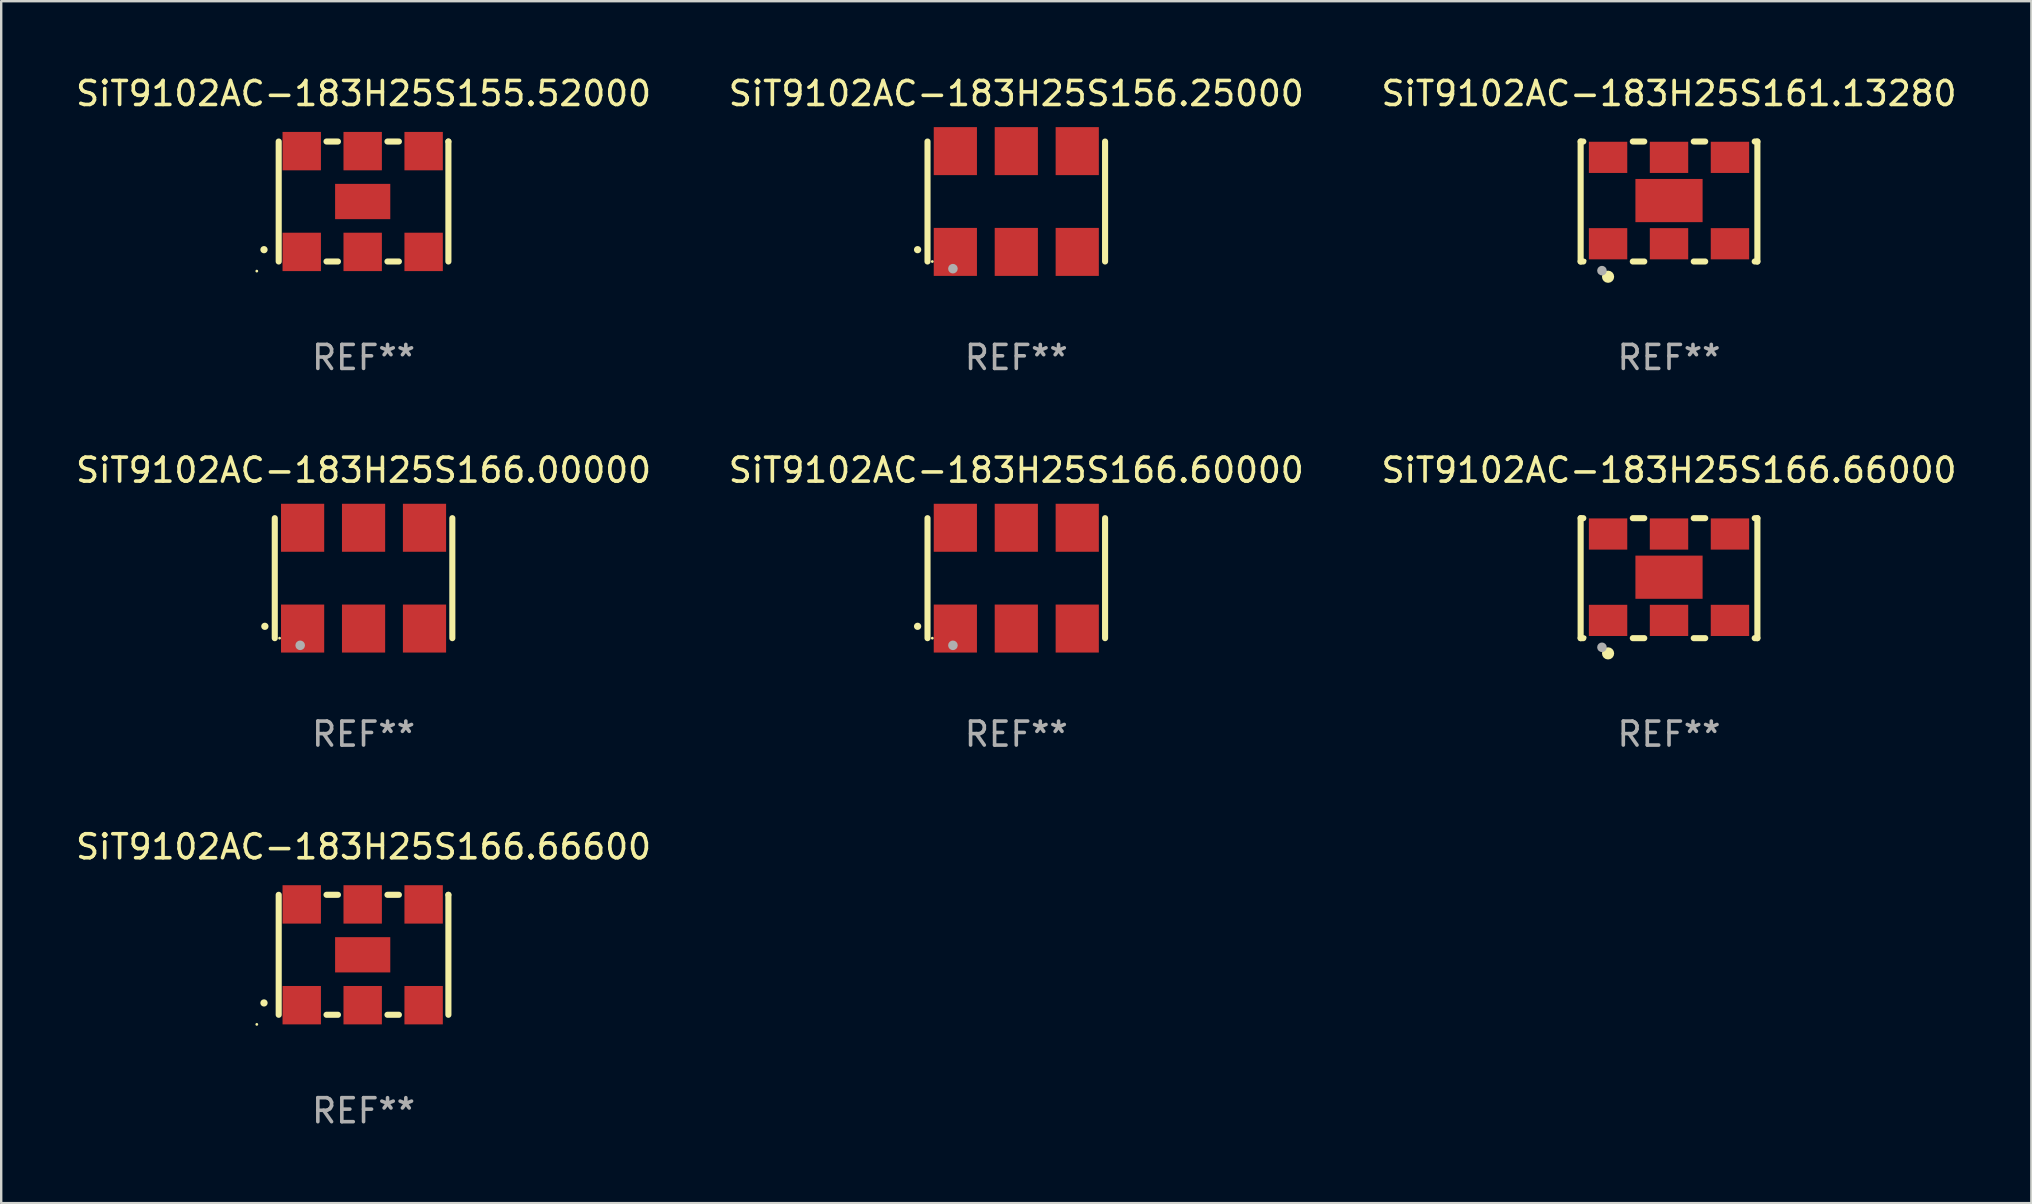
<source format=kicad_pcb>
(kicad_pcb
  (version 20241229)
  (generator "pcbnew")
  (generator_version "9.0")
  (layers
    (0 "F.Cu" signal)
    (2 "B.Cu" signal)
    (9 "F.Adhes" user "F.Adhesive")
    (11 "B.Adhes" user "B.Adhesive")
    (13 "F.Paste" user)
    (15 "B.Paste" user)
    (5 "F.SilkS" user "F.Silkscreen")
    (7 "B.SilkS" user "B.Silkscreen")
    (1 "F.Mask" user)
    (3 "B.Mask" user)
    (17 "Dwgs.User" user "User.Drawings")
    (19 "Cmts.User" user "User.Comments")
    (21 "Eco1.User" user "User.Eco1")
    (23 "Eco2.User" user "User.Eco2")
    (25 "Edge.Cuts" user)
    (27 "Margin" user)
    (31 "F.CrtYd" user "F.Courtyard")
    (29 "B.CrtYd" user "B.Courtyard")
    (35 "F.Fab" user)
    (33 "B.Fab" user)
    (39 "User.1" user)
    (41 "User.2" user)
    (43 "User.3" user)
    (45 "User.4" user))
  (footprint "SiT9102AC-183H25S166.66600"
    (layer "F.Cu")
    (at 12.101 36.741)
    (property "Reference" "SiT9102AC-183H25S166.66600" (at 0 -4.5 0) (layer "F.SilkS") (effects (font (size 1 1) (thickness 0.15))))
    (attr through_hole)
    (fp_line (start -3.536 -2.5) (end -3.536 2.5) (stroke (width 0.254) (type solid)) (layer "F.SilkS"))
    (fp_line (start -1.544 2.5) (end -1.067 2.5) (stroke (width 0.254) (type solid)) (layer "F.SilkS"))
    (fp_line (start -1.067 -2.5) (end -1.544 -2.5) (stroke (width 0.254) (type solid)) (layer "F.SilkS"))
    (fp_line (start 0.996 2.5) (end 1.473 2.5) (stroke (width 0.254) (type solid)) (layer "F.SilkS"))
    (fp_line (start 1.473 -2.5) (end 0.996 -2.5) (stroke (width 0.254) (type solid)) (layer "F.SilkS"))
    (fp_line (start 3.536 -2.5) (end 3.536 -2.5) (stroke (width 0.254) (type solid)) (layer "F.SilkS"))
    (fp_line (start 3.536 2.5) (end 3.536 -2.5) (stroke (width 0.254) (type solid)) (layer "F.SilkS"))
    (fp_arc (start -4.150432 2.006604) (mid -4.149162 2.006599) (end -4.147892 2.006604) (stroke (width 0.3) (type solid)) (layer "F.SilkS"))
    (fp_circle (center -4.449 2.9) (end -4.419 2.9) (stroke (width 0.06) (type solid)) (fill no) (layer "F.SilkS"))
    (fp_text user "REF**" (at 0 6.5 0) (layer "F.Fab") (effects (font (size 1 1) (thickness 0.15))))
    (pad "1" smd rect (at -2.576 2.1) (size 1.6 1.6) (layers "F.Cu" "F.Mask" "F.Paste"))
    (pad "2" smd rect (at -0.036 2.1) (size 1.6 1.6) (layers "F.Cu" "F.Mask" "F.Paste"))
    (pad "3" smd rect (at 2.504 2.1) (size 1.6 1.6) (layers "F.Cu" "F.Mask" "F.Paste"))
    (pad "4" smd rect (at 2.504 -2.1) (size 1.6 1.6) (layers "F.Cu" "F.Mask" "F.Paste"))
    (pad "5" smd rect (at -0.036 -2.1) (size 1.6 1.6) (layers "F.Cu" "F.Mask" "F.Paste"))
    (pad "6" smd rect (at -2.576 -2.1) (size 1.6 1.6) (layers "F.Cu" "F.Mask" "F.Paste"))
    (pad "7" smd rect (at -0.036 0) (size 2.3 1.47) (layers "F.Cu" "F.Mask" "F.Paste")))
  (footprint "SiT9102AC-183H25S155.52000"
    (layer "F.Cu")
    (at 12.101 5.348)
    (property "Reference" "SiT9102AC-183H25S155.52000" (at 0 -4.5 0) (layer "F.SilkS") (effects (font (size 1 1) (thickness 0.15))))
    (attr through_hole)
    (fp_line (start -3.536 -2.5) (end -3.536 2.5) (stroke (width 0.254) (type solid)) (layer "F.SilkS"))
    (fp_line (start -1.544 2.5) (end -1.067 2.5) (stroke (width 0.254) (type solid)) (layer "F.SilkS"))
    (fp_line (start -1.067 -2.5) (end -1.544 -2.5) (stroke (width 0.254) (type solid)) (layer "F.SilkS"))
    (fp_line (start 0.996 2.5) (end 1.473 2.5) (stroke (width 0.254) (type solid)) (layer "F.SilkS"))
    (fp_line (start 1.473 -2.5) (end 0.996 -2.5) (stroke (width 0.254) (type solid)) (layer "F.SilkS"))
    (fp_line (start 3.536 -2.5) (end 3.536 -2.5) (stroke (width 0.254) (type solid)) (layer "F.SilkS"))
    (fp_line (start 3.536 2.5) (end 3.536 -2.5) (stroke (width 0.254) (type solid)) (layer "F.SilkS"))
    (fp_arc (start -4.150432 2.006604) (mid -4.149162 2.006599) (end -4.147892 2.006604) (stroke (width 0.3) (type solid)) (layer "F.SilkS"))
    (fp_circle (center -4.449 2.9) (end -4.419 2.9) (stroke (width 0.06) (type solid)) (fill no) (layer "F.SilkS"))
    (fp_text user "REF**" (at 0 6.5 0) (layer "F.Fab") (effects (font (size 1 1) (thickness 0.15))))
    (pad "1" smd rect (at -2.576 2.1) (size 1.6 1.6) (layers "F.Cu" "F.Mask" "F.Paste"))
    (pad "2" smd rect (at -0.036 2.1) (size 1.6 1.6) (layers "F.Cu" "F.Mask" "F.Paste"))
    (pad "3" smd rect (at 2.504 2.1) (size 1.6 1.6) (layers "F.Cu" "F.Mask" "F.Paste"))
    (pad "4" smd rect (at 2.504 -2.1) (size 1.6 1.6) (layers "F.Cu" "F.Mask" "F.Paste"))
    (pad "5" smd rect (at -0.036 -2.1) (size 1.6 1.6) (layers "F.Cu" "F.Mask" "F.Paste"))
    (pad "6" smd rect (at -2.576 -2.1) (size 1.6 1.6) (layers "F.Cu" "F.Mask" "F.Paste"))
    (pad "7" smd rect (at -0.036 0) (size 2.3 1.47) (layers "F.Cu" "F.Mask" "F.Paste")))
  (footprint "SiT9102AC-183H25S166.60000"
    (layer "F.Cu")
    (at 39.304 21.045)
    (property "Reference" "SiT9102AC-183H25S166.60000" (at 0 -4.5 0) (layer "F.SilkS") (effects (font (size 1 1) (thickness 0.15))))
    (attr through_hole)
    (fp_line (start -3.7 -2.5) (end -3.7 2.5) (stroke (width 0.254) (type solid)) (layer "F.SilkS"))
    (fp_line (start 3.7 -2.5) (end 3.7 2.5) (stroke (width 0.254) (type solid)) (layer "F.SilkS"))
    (fp_arc (start -4.114415 2.006604) (mid -4.113145 2.006599) (end -4.111875 2.006604) (stroke (width 0.3) (type solid)) (layer "F.SilkS"))
    (fp_circle (center -3.5 2.501) (end -3.47 2.501) (stroke (width 0.06) (type solid)) (fill no) (layer "F.SilkS"))
    (fp_circle (center -2.641 2.799) (end -2.541 2.799) (stroke (width 0.2) (type solid)) (fill no) (layer "F.Fab"))
    (fp_text user "REF**" (at 0 6.5 0) (layer "F.Fab") (effects (font (size 1 1) (thickness 0.15))))
    (pad "1" smd rect (at -2.54 2.1) (size 1.8 2) (layers "F.Cu" "F.Mask" "F.Paste"))
    (pad "2" smd rect (at 0.000394 2.1) (size 1.8 2) (layers "F.Cu" "F.Mask" "F.Paste"))
    (pad "3" smd rect (at 2.54 2.1) (size 1.8 2) (layers "F.Cu" "F.Mask" "F.Paste"))
    (pad "4" smd rect (at 2.54 -2.1) (size 1.8 2) (layers "F.Cu" "F.Mask" "F.Paste"))
    (pad "5" smd rect (at 0.000394 -2.1) (size 1.8 2) (layers "F.Cu" "F.Mask" "F.Paste"))
    (pad "6" smd rect (at -2.54 -2.1) (size 1.8 2) (layers "F.Cu" "F.Mask" "F.Paste")))
  (footprint "SiT9102AC-183H25S156.25000"
    (layer "F.Cu")
    (at 39.304 5.348)
    (property "Reference" "SiT9102AC-183H25S156.25000" (at 0 -4.5 0) (layer "F.SilkS") (effects (font (size 1 1) (thickness 0.15))))
    (attr through_hole)
    (fp_line (start -3.7 -2.5) (end -3.7 2.5) (stroke (width 0.254) (type solid)) (layer "F.SilkS"))
    (fp_line (start 3.7 -2.5) (end 3.7 2.5) (stroke (width 0.254) (type solid)) (layer "F.SilkS"))
    (fp_arc (start -4.114415 2.006604) (mid -4.113145 2.006599) (end -4.111875 2.006604) (stroke (width 0.3) (type solid)) (layer "F.SilkS"))
    (fp_circle (center -3.5 2.501) (end -3.47 2.501) (stroke (width 0.06) (type solid)) (fill no) (layer "F.SilkS"))
    (fp_circle (center -2.641 2.799) (end -2.541 2.799) (stroke (width 0.2) (type solid)) (fill no) (layer "F.Fab"))
    (fp_text user "REF**" (at 0 6.5 0) (layer "F.Fab") (effects (font (size 1 1) (thickness 0.15))))
    (pad "1" smd rect (at -2.54 2.1) (size 1.8 2) (layers "F.Cu" "F.Mask" "F.Paste"))
    (pad "2" smd rect (at 0.000394 2.1) (size 1.8 2) (layers "F.Cu" "F.Mask" "F.Paste"))
    (pad "3" smd rect (at 2.54 2.1) (size 1.8 2) (layers "F.Cu" "F.Mask" "F.Paste"))
    (pad "4" smd rect (at 2.54 -2.1) (size 1.8 2) (layers "F.Cu" "F.Mask" "F.Paste"))
    (pad "5" smd rect (at 0.000394 -2.1) (size 1.8 2) (layers "F.Cu" "F.Mask" "F.Paste"))
    (pad "6" smd rect (at -2.54 -2.1) (size 1.8 2) (layers "F.Cu" "F.Mask" "F.Paste")))
  (footprint "SiT9102AC-183H25S166.00000"
    (layer "F.Cu")
    (at 12.101 21.045)
    (property "Reference" "SiT9102AC-183H25S166.00000" (at 0 -4.5 0) (layer "F.SilkS") (effects (font (size 1 1) (thickness 0.15))))
    (attr through_hole)
    (fp_line (start -3.7 -2.5) (end -3.7 2.5) (stroke (width 0.254) (type solid)) (layer "F.SilkS"))
    (fp_line (start 3.7 -2.5) (end 3.7 2.5) (stroke (width 0.254) (type solid)) (layer "F.SilkS"))
    (fp_arc (start -4.114415 2.006604) (mid -4.113145 2.006599) (end -4.111875 2.006604) (stroke (width 0.3) (type solid)) (layer "F.SilkS"))
    (fp_circle (center -3.5 2.501) (end -3.47 2.501) (stroke (width 0.06) (type solid)) (fill no) (layer "F.SilkS"))
    (fp_circle (center -2.641 2.799) (end -2.541 2.799) (stroke (width 0.2) (type solid)) (fill no) (layer "F.Fab"))
    (fp_text user "REF**" (at 0 6.5 0) (layer "F.Fab") (effects (font (size 1 1) (thickness 0.15))))
    (pad "1" smd rect (at -2.54 2.1) (size 1.8 2) (layers "F.Cu" "F.Mask" "F.Paste"))
    (pad "2" smd rect (at 0.000394 2.1) (size 1.8 2) (layers "F.Cu" "F.Mask" "F.Paste"))
    (pad "3" smd rect (at 2.54 2.1) (size 1.8 2) (layers "F.Cu" "F.Mask" "F.Paste"))
    (pad "4" smd rect (at 2.54 -2.1) (size 1.8 2) (layers "F.Cu" "F.Mask" "F.Paste"))
    (pad "5" smd rect (at 0.000394 -2.1) (size 1.8 2) (layers "F.Cu" "F.Mask" "F.Paste"))
    (pad "6" smd rect (at -2.54 -2.1) (size 1.8 2) (layers "F.Cu" "F.Mask" "F.Paste")))
  (footprint "SiT9102AC-183H25S161.13280"
    (layer "F.Cu")
    (at 66.506 5.348)
    (property "Reference" "SiT9102AC-183H25S161.13280" (at 0 -4.5 0) (layer "F.SilkS") (effects (font (size 1 1) (thickness 0.15))))
    (attr through_hole)
    (fp_line (start -3.683 -2.5) (end -3.571 -2.5) (stroke (width 0.254) (type solid)) (layer "F.SilkS"))
    (fp_line (start -3.683 2.5) (end -3.683 -2.5) (stroke (width 0.254) (type solid)) (layer "F.SilkS"))
    (fp_line (start -3.683 2.5) (end -3.571 2.5) (stroke (width 0.254) (type solid)) (layer "F.SilkS"))
    (fp_line (start -1.509 -2.5) (end -1.031 -2.5) (stroke (width 0.254) (type solid)) (layer "F.SilkS"))
    (fp_line (start -1.509 2.5) (end -1.031 2.5) (stroke (width 0.254) (type solid)) (layer "F.SilkS"))
    (fp_line (start 1.031 -2.5) (end 1.509 -2.5) (stroke (width 0.254) (type solid)) (layer "F.SilkS"))
    (fp_line (start 1.031 2.5) (end 1.509 2.5) (stroke (width 0.254) (type solid)) (layer "F.SilkS"))
    (fp_line (start 3.571 -2.5) (end 3.683 -2.5) (stroke (width 0.254) (type solid)) (layer "F.SilkS"))
    (fp_line (start 3.571 2.5) (end 3.683 2.5) (stroke (width 0.254) (type solid)) (layer "F.SilkS"))
    (fp_line (start 3.683 2.5) (end 3.683 -2.5) (stroke (width 0.254) (type solid)) (layer "F.SilkS"))
    (fp_circle (center -3.5 2.46) (end -3.47 2.46) (stroke (width 0.06) (type solid)) (fill no) (layer "F.SilkS"))
    (fp_circle (center -2.54 3.135) (end -2.413 3.135) (stroke (width 0.254) (type solid)) (fill no) (layer "F.SilkS"))
    (fp_circle (center -2.794 2.881) (end -2.694 2.881) (stroke (width 0.2) (type solid)) (fill no) (layer "F.Fab"))
    (fp_text user "REF**" (at 0 6.5 0) (layer "F.Fab") (effects (font (size 1 1) (thickness 0.15))))
    (pad "1" smd rect (at -2.54 1.76) (size 1.6 1.3) (layers "F.Cu" "F.Mask" "F.Paste"))
    (pad "2" smd rect (at 0 1.76) (size 1.6 1.3) (layers "F.Cu" "F.Mask" "F.Paste"))
    (pad "3" smd rect (at 2.54 1.76) (size 1.6 1.3) (layers "F.Cu" "F.Mask" "F.Paste"))
    (pad "4" smd rect (at 2.54 -1.84) (size 1.6 1.3) (layers "F.Cu" "F.Mask" "F.Paste"))
    (pad "5" smd rect (at 0 -1.84) (size 1.6 1.3) (layers "F.Cu" "F.Mask" "F.Paste"))
    (pad "6" smd rect (at -2.54 -1.84) (size 1.6 1.3) (layers "F.Cu" "F.Mask" "F.Paste"))
    (pad "7" smd rect (at 0 -0.04) (size 2.8 1.8) (layers "F.Cu" "F.Mask" "F.Paste")))
  (footprint "SiT9102AC-183H25S166.66000"
    (layer "F.Cu")
    (at 66.506 21.045)
    (property "Reference" "SiT9102AC-183H25S166.66000" (at 0 -4.5 0) (layer "F.SilkS") (effects (font (size 1 1) (thickness 0.15))))
    (attr through_hole)
    (fp_line (start -3.683 -2.5) (end -3.571 -2.5) (stroke (width 0.254) (type solid)) (layer "F.SilkS"))
    (fp_line (start -3.683 2.5) (end -3.683 -2.5) (stroke (width 0.254) (type solid)) (layer "F.SilkS"))
    (fp_line (start -3.683 2.5) (end -3.571 2.5) (stroke (width 0.254) (type solid)) (layer "F.SilkS"))
    (fp_line (start -1.509 -2.5) (end -1.031 -2.5) (stroke (width 0.254) (type solid)) (layer "F.SilkS"))
    (fp_line (start -1.509 2.5) (end -1.031 2.5) (stroke (width 0.254) (type solid)) (layer "F.SilkS"))
    (fp_line (start 1.031 -2.5) (end 1.509 -2.5) (stroke (width 0.254) (type solid)) (layer "F.SilkS"))
    (fp_line (start 1.031 2.5) (end 1.509 2.5) (stroke (width 0.254) (type solid)) (layer "F.SilkS"))
    (fp_line (start 3.571 -2.5) (end 3.683 -2.5) (stroke (width 0.254) (type solid)) (layer "F.SilkS"))
    (fp_line (start 3.571 2.5) (end 3.683 2.5) (stroke (width 0.254) (type solid)) (layer "F.SilkS"))
    (fp_line (start 3.683 2.5) (end 3.683 -2.5) (stroke (width 0.254) (type solid)) (layer "F.SilkS"))
    (fp_circle (center -3.5 2.46) (end -3.47 2.46) (stroke (width 0.06) (type solid)) (fill no) (layer "F.SilkS"))
    (fp_circle (center -2.54 3.135) (end -2.413 3.135) (stroke (width 0.254) (type solid)) (fill no) (layer "F.SilkS"))
    (fp_circle (center -2.794 2.881) (end -2.694 2.881) (stroke (width 0.2) (type solid)) (fill no) (layer "F.Fab"))
    (fp_text user "REF**" (at 0 6.5 0) (layer "F.Fab") (effects (font (size 1 1) (thickness 0.15))))
    (pad "1" smd rect (at -2.54 1.76) (size 1.6 1.3) (layers "F.Cu" "F.Mask" "F.Paste"))
    (pad "2" smd rect (at 0 1.76) (size 1.6 1.3) (layers "F.Cu" "F.Mask" "F.Paste"))
    (pad "3" smd rect (at 2.54 1.76) (size 1.6 1.3) (layers "F.Cu" "F.Mask" "F.Paste"))
    (pad "4" smd rect (at 2.54 -1.84) (size 1.6 1.3) (layers "F.Cu" "F.Mask" "F.Paste"))
    (pad "5" smd rect (at 0 -1.84) (size 1.6 1.3) (layers "F.Cu" "F.Mask" "F.Paste"))
    (pad "6" smd rect (at -2.54 -1.84) (size 1.6 1.3) (layers "F.Cu" "F.Mask" "F.Paste"))
    (pad "7" smd rect (at 0 -0.04) (size 2.8 1.8) (layers "F.Cu" "F.Mask" "F.Paste")))
  (gr_rect
    (start -3 -3)
    (end 81.607 47.09)
    (stroke (width 0.1) (type default))
    (fill no)
    (layer "Edge.Cuts")))
</source>
